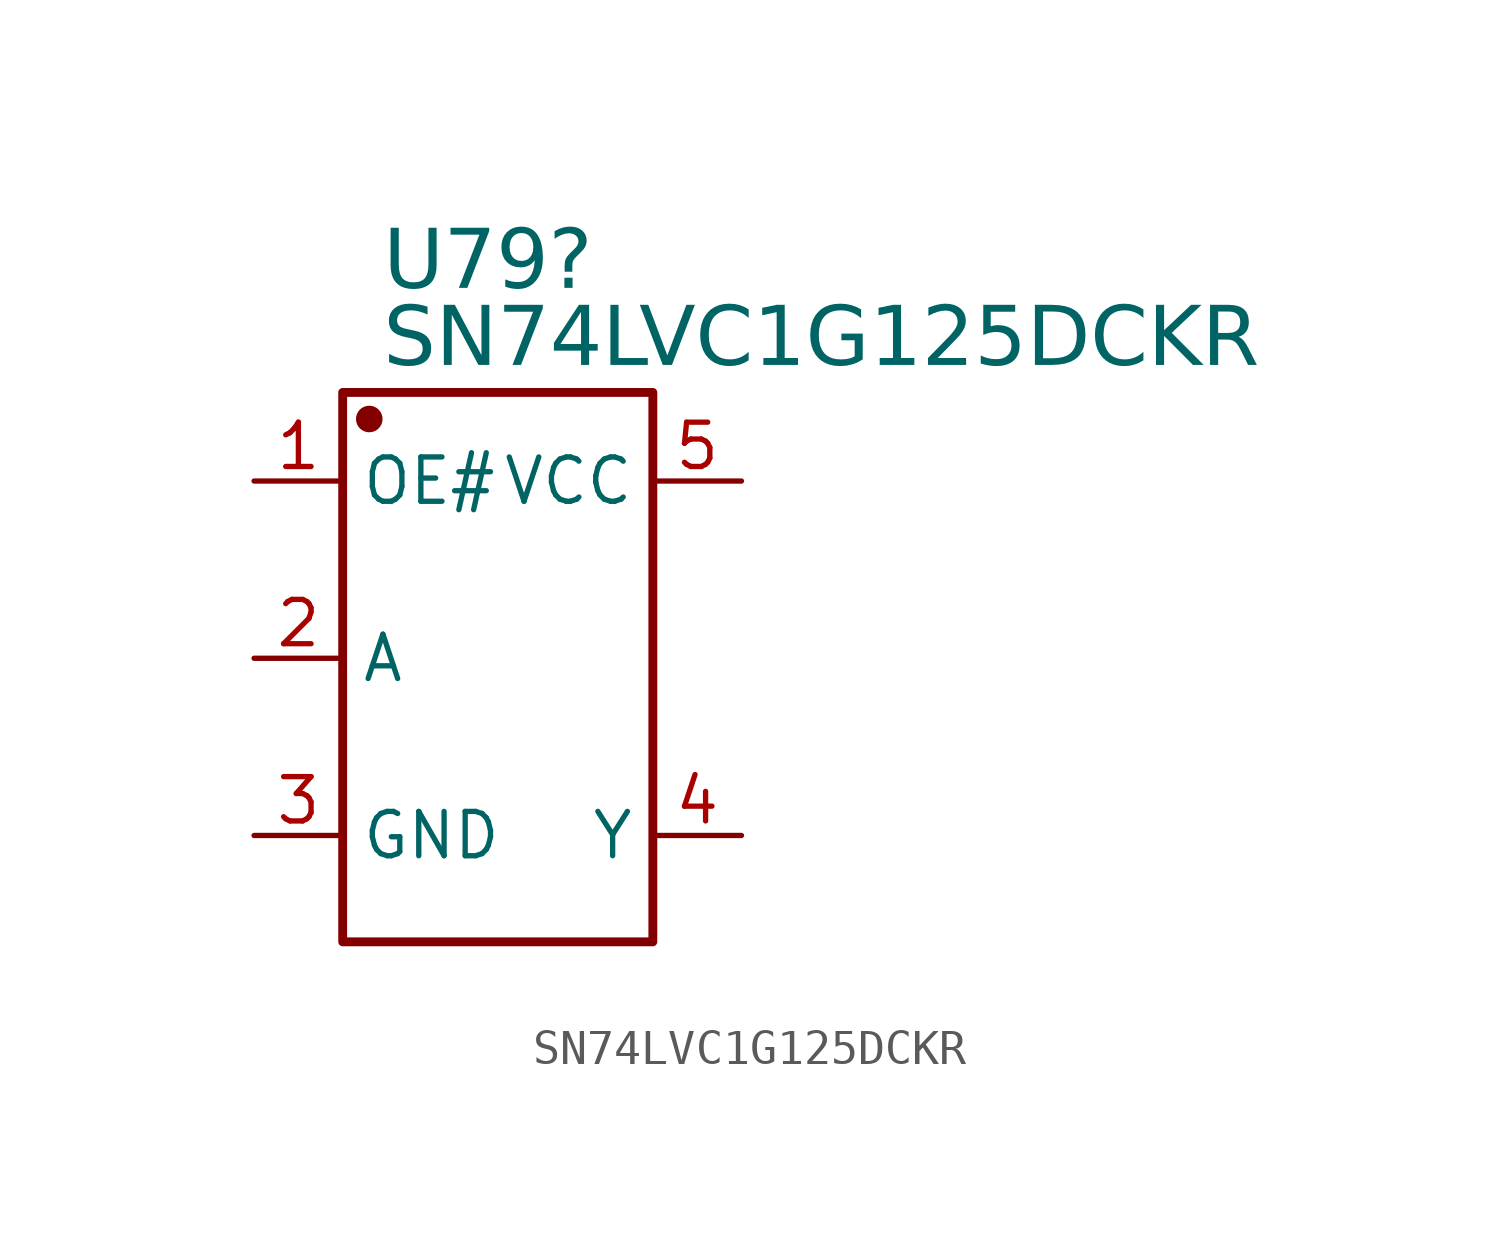
<source format=kicad_sym>
(kicad_symbol_lib
  (version 20241209)
  (generator "kicad_symbol_editor")
  (generator_version "9.0")
  (symbol "SN74LVC1G125DCKR"
    (property "Reference" "U79"
      (at -1.372 12.306 0)
      (effects (font (face "Arial") (size 1.689 1.689)) (justify left top)))
    (property "Value" "SN74LVC1G125DCKR"
      (at -1.372 10.097 0)
      (effects (font (face "Arial") (size 1.689 1.689)) (justify left top)))
    (symbol "SN74LVC1G125DCKR_0_0"
      (rectangle (start -2.54 7.62) (end 6.35 -8.128) (stroke (width 0.254) (type solid)) (fill (type none)))
      (circle (center -1.778 6.858) (radius 0.254) (stroke (width 0.254) (type solid)) (fill (type outline)))
      (pin passive line (at -5.08 5.08 0) (length 2.54) (name "OE#" (effects (font (size 1.27 1.27)))) (number "1" (effects (font (size 1.27 1.27)))))
      (pin power_in line (at -5.08 -5.08 0) (length 2.54) (name "GND" (effects (font (size 1.27 1.27)))) (number "3" (effects (font (size 1.27 1.27)))))
      (pin power_in line (at 8.89 5.08 180) (length 2.54) (name "VCC" (effects (font (size 1.27 1.27)))) (number "5" (effects (font (size 1.27 1.27)))))
      (pin output line (at 8.89 -5.08 180) (length 2.54) (name "Y" (effects (font (size 1.27 1.27)))) (number "4" (effects (font (size 1.27 1.27))))))
    (symbol "SN74LVC1G125DCKR_1_0"
      (pin input line (at -5.08 0 0) (length 2.54) (name "A" (effects (font (size 1.27 1.27)))) (number "2" (effects (font (size 1.27 1.27))))))))
</source>
